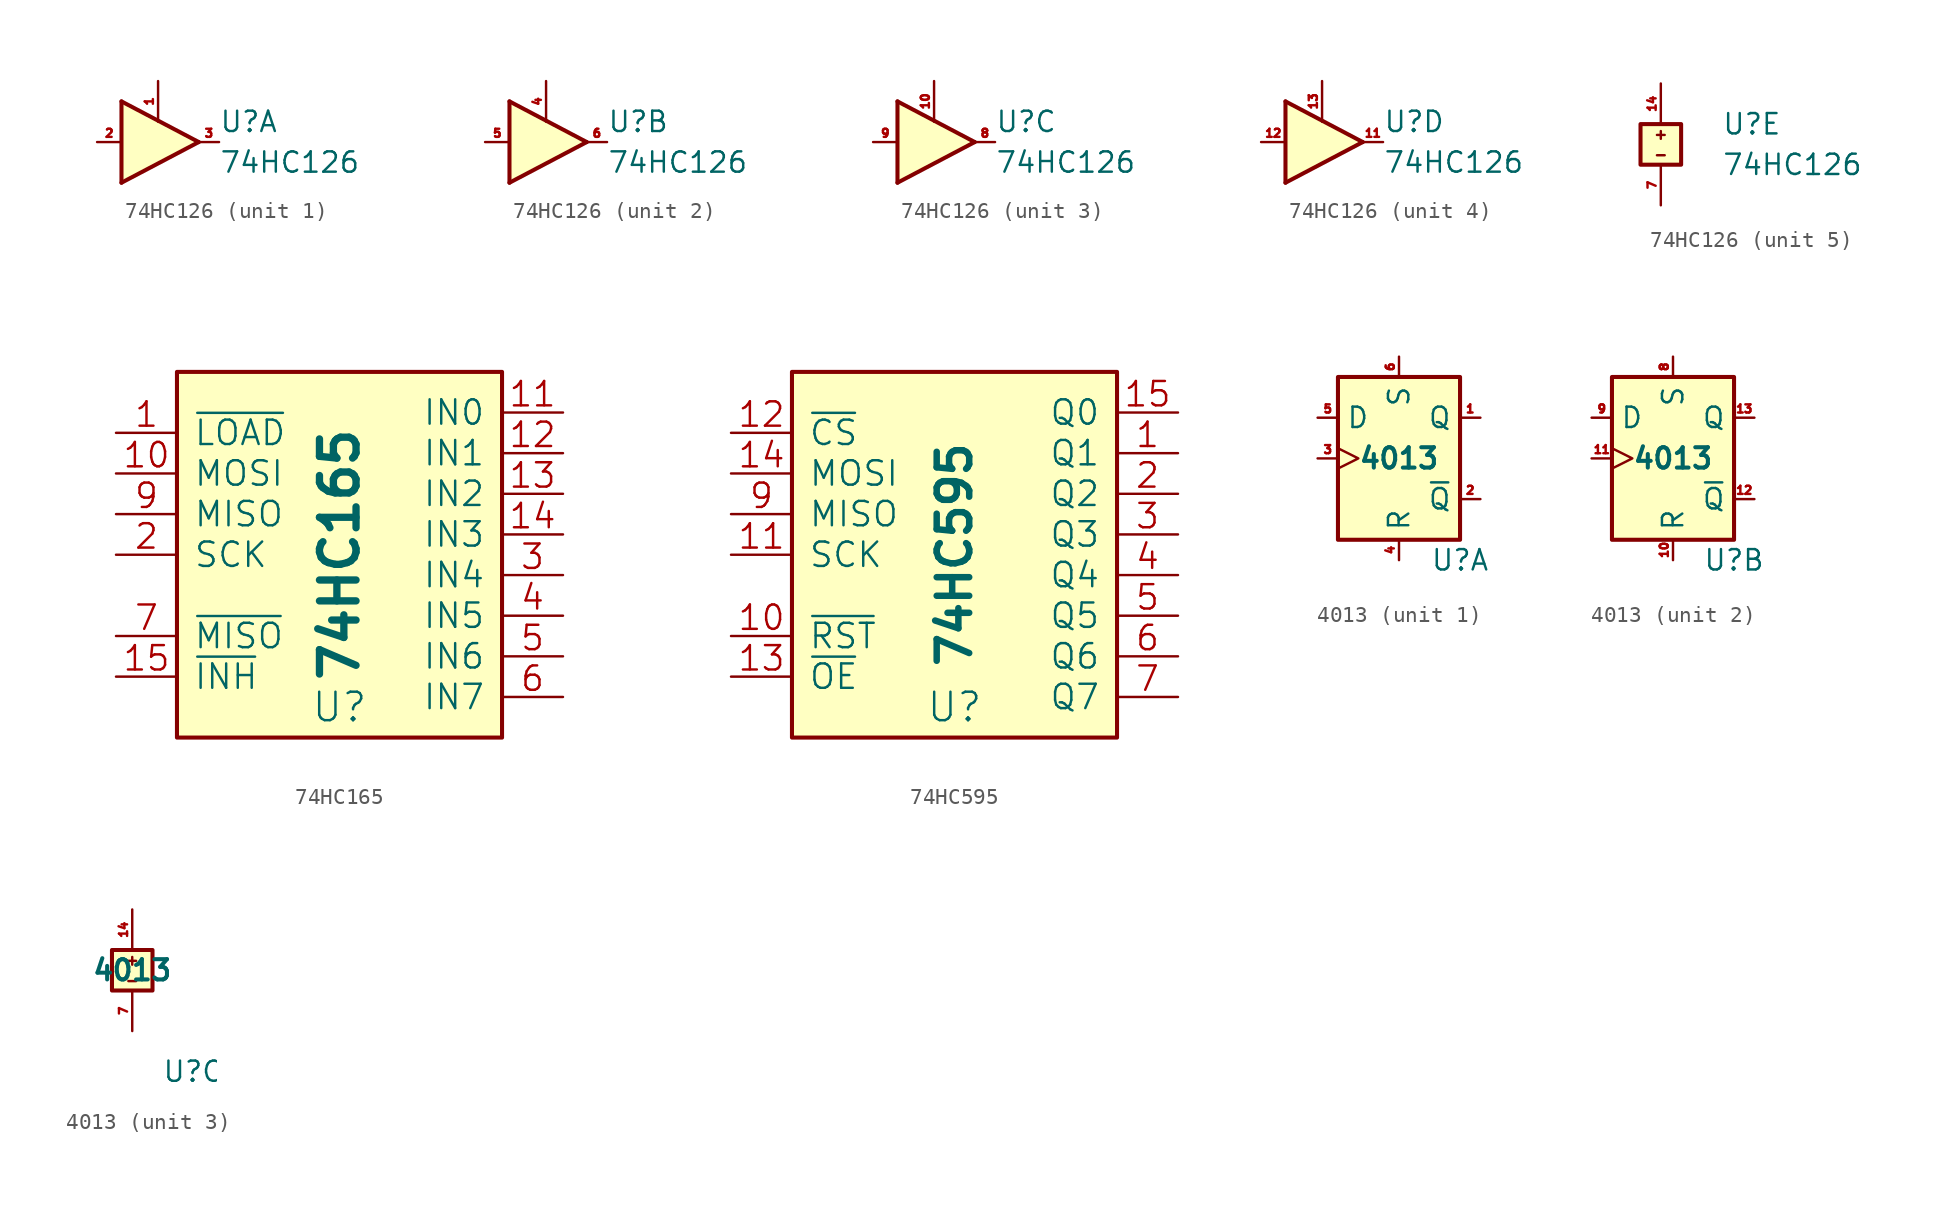
<source format=kicad_sym>
(kicad_symbol_lib
  (version 20231120)
  (generator "kicad_symbol_editor")
  (generator_version "8.0")
  (symbol "74HC126"
    (pin_names
      (offset 0.002) hide)
    (property "Reference" "U"
      (at 3.81 1.27 0)
      (effects (font (size 1.27 1.27)) (justify left)))
    (property "Value" "74HC126"
      (at 3.81 -1.27 0)
      (effects (font (size 1.27 1.27)) (justify left)))
    (property "ki_locked" ""
      (at 0 0 0)
      (effects (font (size 1.27 1.27))))
    (symbol "74HC126_1_0"
      (polyline (pts (xy -2.286 -2.54) (xy -2.286 2.54)) (stroke (width 0.254) (type default)) (fill (type background)))
      (polyline (pts (xy -2.286 -2.54) (xy 2.54 0)) (stroke (width 0.254) (type default)) (fill (type none)))
      (polyline (pts (xy 2.54 0) (xy -2.286 2.54)) (stroke (width 0.254) (type default)) (fill (type background)))
      (polyline (pts (xy 2.54 0) (xy -2.286 2.54) (xy -2.286 -2.54)) (stroke (width -0.025) (type default)) (fill (type background))))
    (symbol "74HC126_1_1"
      (pin passive line (at 0 3.81 270) (length 2.54) (name "~" (effects (font (size 1.27 1.27)))) (number "1" (effects (font (size 0.508 0.508)))))
      (pin passive line (at -3.81 0 0) (length 1.524) (name "~" (effects (font (size 1.27 1.27)))) (number "2" (effects (font (size 0.508 0.508)))))
      (pin passive line (at 3.81 0 180) (length 1.27) (name "~" (effects (font (size 1.27 1.27)))) (number "3" (effects (font (size 0.508 0.508))))))
    (symbol "74HC126_2_0"
      (polyline (pts (xy -2.286 -2.54) (xy -2.286 2.54)) (stroke (width 0.254) (type default)) (fill (type background)))
      (polyline (pts (xy -2.286 -2.54) (xy 2.54 0)) (stroke (width 0.254) (type default)) (fill (type none)))
      (polyline (pts (xy 2.54 0) (xy -2.286 2.54)) (stroke (width 0.254) (type default)) (fill (type background)))
      (polyline (pts (xy 2.54 0) (xy -2.286 2.54) (xy -2.286 -2.54)) (stroke (width -0.025) (type default)) (fill (type background))))
    (symbol "74HC126_2_1"
      (pin passive line (at 0 3.81 270) (length 2.54) (name "~" (effects (font (size 1.27 1.27)))) (number "4" (effects (font (size 0.508 0.508)))))
      (pin passive line (at -3.81 0 0) (length 1.524) (name "~" (effects (font (size 1.27 1.27)))) (number "5" (effects (font (size 0.508 0.508)))))
      (pin passive line (at 3.81 0 180) (length 1.27) (name "~" (effects (font (size 1.27 1.27)))) (number "6" (effects (font (size 0.508 0.508))))))
    (symbol "74HC126_3_0"
      (polyline (pts (xy -2.286 -2.54) (xy -2.286 2.54)) (stroke (width 0.254) (type default)) (fill (type background)))
      (polyline (pts (xy -2.286 -2.54) (xy 2.54 0)) (stroke (width 0.254) (type default)) (fill (type none)))
      (polyline (pts (xy 2.54 0) (xy -2.286 2.54)) (stroke (width 0.254) (type default)) (fill (type background)))
      (polyline (pts (xy 2.54 0) (xy -2.286 2.54) (xy -2.286 -2.54)) (stroke (width -0.025) (type default)) (fill (type background))))
    (symbol "74HC126_3_1"
      (pin passive line (at 0 3.81 270) (length 2.54) (name "~" (effects (font (size 1.27 1.27)))) (number "10" (effects (font (size 0.508 0.508)))))
      (pin passive line (at 3.81 0 180) (length 1.27) (name "~" (effects (font (size 1.27 1.27)))) (number "8" (effects (font (size 0.508 0.508)))))
      (pin passive line (at -3.81 0 0) (length 1.524) (name "~" (effects (font (size 1.27 1.27)))) (number "9" (effects (font (size 0.508 0.508))))))
    (symbol "74HC126_4_0"
      (polyline (pts (xy -2.286 -2.54) (xy -2.286 2.54)) (stroke (width 0.254) (type default)) (fill (type background)))
      (polyline (pts (xy -2.286 -2.54) (xy 2.54 0)) (stroke (width 0.254) (type default)) (fill (type none)))
      (polyline (pts (xy 2.54 0) (xy -2.286 2.54)) (stroke (width 0.254) (type default)) (fill (type background)))
      (polyline (pts (xy 2.54 0) (xy -2.286 2.54) (xy -2.286 -2.54)) (stroke (width -0.025) (type default)) (fill (type background))))
    (symbol "74HC126_4_1"
      (pin passive line (at 3.81 0 180) (length 1.27) (name "~" (effects (font (size 1.27 1.27)))) (number "11" (effects (font (size 0.508 0.508)))))
      (pin passive line (at -3.81 0 0) (length 1.524) (name "~" (effects (font (size 1.27 1.27)))) (number "12" (effects (font (size 0.508 0.508)))))
      (pin passive line (at 0 3.81 270) (length 2.54) (name "~" (effects (font (size 1.27 1.27)))) (number "13" (effects (font (size 0.508 0.508))))))
    (symbol "74HC126_5_0"
      (rectangle (start -1.27 1.27) (end 1.27 -1.27) (stroke (width 0.254) (type default)) (fill (type background)))
      (text "+" (at 0 0.635 0) (effects (font (size 0.635 0.635))))
      (text "-" (at 0 -0.635 0) (effects (font (size 0.635 0.635)))))
    (symbol "74HC126_5_1"
      (pin passive line (at 0 3.81 270) (length 2.54) (name "+" (effects (font (size 1.27 1.27)))) (number "14" (effects (font (size 0.508 0.508)))))
      (pin passive line (at 0 -3.81 90) (length 2.54) (name "-" (effects (font (size 1.27 1.27)))) (number "7" (effects (font (size 0.508 0.508)))))))
  (symbol "74HC165"
    (pin_names
      (offset 1.016))
    (property "Reference" "U"
      (at 0 -9.525 0)
      (effects (font (size 1.778 1.778))))
    (property "Value" "74HC165"
      (at 0 0 90)
      (effects (font (size 2.286 2.286) (bold yes))))
    (property "Footprint" ""
      (at 0 0 0)
      (effects (font (size 1.524 1.524))))
    (property "Datasheet" ""
      (at 0 0 0)
      (effects (font (size 1.524 1.524))))
    (symbol "74HC165_0_1"
      (rectangle (start 10.16 11.43) (end -10.16 -11.43) (stroke (width 0.254) (type default)) (fill (type background))))
    (symbol "74HC165_1_1"
      (pin passive line (at -13.97 7.62 0) (length 3.81) (name "~{LOAD}" (effects (font (size 1.524 1.524)))) (number "1" (effects (font (size 1.524 1.524)))))
      (pin passive line (at -13.97 5.08 0) (length 3.81) (name "MOSI" (effects (font (size 1.524 1.524)))) (number "10" (effects (font (size 1.524 1.524)))))
      (pin tri_state line (at 13.97 8.89 180) (length 3.81) (name "IN0" (effects (font (size 1.524 1.524)))) (number "11" (effects (font (size 1.524 1.524)))))
      (pin tri_state line (at 13.97 6.35 180) (length 3.81) (name "IN1" (effects (font (size 1.524 1.524)))) (number "12" (effects (font (size 1.524 1.524)))))
      (pin tri_state line (at 13.97 3.81 180) (length 3.81) (name "IN2" (effects (font (size 1.524 1.524)))) (number "13" (effects (font (size 1.524 1.524)))))
      (pin tri_state line (at 13.97 1.27 180) (length 3.81) (name "IN3" (effects (font (size 1.524 1.524)))) (number "14" (effects (font (size 1.524 1.524)))))
      (pin passive line (at -13.97 -7.62 0) (length 3.81) (name "~{INH}" (effects (font (size 1.524 1.524)))) (number "15" (effects (font (size 1.524 1.524)))))
      (pin power_in line (at 0 11.43 90) (length 0) hide (name "VCC" (effects (font (size 1.524 1.524)))) (number "16" (effects (font (size 1.524 1.524)))))
      (pin passive line (at -13.97 0 0) (length 3.81) (name "SCK" (effects (font (size 1.524 1.524)))) (number "2" (effects (font (size 1.524 1.524)))))
      (pin tri_state line (at 13.97 -1.27 180) (length 3.81) (name "IN4" (effects (font (size 1.524 1.524)))) (number "3" (effects (font (size 1.524 1.524)))))
      (pin tri_state line (at 13.97 -3.81 180) (length 3.81) (name "IN5" (effects (font (size 1.524 1.524)))) (number "4" (effects (font (size 1.524 1.524)))))
      (pin tri_state line (at 13.97 -6.35 180) (length 3.81) (name "IN6" (effects (font (size 1.524 1.524)))) (number "5" (effects (font (size 1.524 1.524)))))
      (pin tri_state line (at 13.97 -8.89 180) (length 3.81) (name "IN7" (effects (font (size 1.524 1.524)))) (number "6" (effects (font (size 1.524 1.524)))))
      (pin passive line (at -13.97 -5.08 0) (length 3.81) (name "~{MISO}" (effects (font (size 1.524 1.524)))) (number "7" (effects (font (size 1.524 1.524)))))
      (pin power_in line (at 0 -11.43 90) (length 0) hide (name "GND" (effects (font (size 1.524 1.524)))) (number "8" (effects (font (size 1.524 1.524)))))
      (pin output line (at -13.97 2.54 0) (length 3.81) (name "MISO" (effects (font (size 1.524 1.524)))) (number "9" (effects (font (size 1.524 1.524)))))))
  (symbol "74HC595"
    (pin_names
      (offset 1.016))
    (property "Reference" "U"
      (at 0 -9.525 0)
      (effects (font (size 1.778 1.778))))
    (property "Value" "74HC595"
      (at 0 0 90)
      (effects (font (size 2.032 2.032) (bold yes))))
    (property "Footprint" ""
      (at 0 0 0)
      (effects (font (size 1.524 1.524))))
    (property "Datasheet" ""
      (at 0 0 0)
      (effects (font (size 1.524 1.524))))
    (symbol "74HC595_0_1"
      (rectangle (start 10.16 11.43) (end -10.16 -11.43) (stroke (width 0.254) (type default)) (fill (type background))))
    (symbol "74HC595_1_1"
      (pin tri_state line (at 13.97 6.35 180) (length 3.81) (name "Q1" (effects (font (size 1.524 1.524)))) (number "1" (effects (font (size 1.524 1.524)))))
      (pin passive line (at -13.97 -5.08 0) (length 3.81) (name "~{RST}" (effects (font (size 1.524 1.524)))) (number "10" (effects (font (size 1.524 1.524)))))
      (pin passive line (at -13.97 0 0) (length 3.81) (name "SCK" (effects (font (size 1.524 1.524)))) (number "11" (effects (font (size 1.524 1.524)))))
      (pin passive line (at -13.97 7.62 0) (length 3.81) (name "~{CS}" (effects (font (size 1.524 1.524)))) (number "12" (effects (font (size 1.524 1.524)))))
      (pin passive line (at -13.97 -7.62 0) (length 3.81) (name "~{OE}" (effects (font (size 1.524 1.524)))) (number "13" (effects (font (size 1.524 1.524)))))
      (pin passive line (at -13.97 5.08 0) (length 3.81) (name "MOSI" (effects (font (size 1.524 1.524)))) (number "14" (effects (font (size 1.524 1.524)))))
      (pin tri_state line (at 13.97 8.89 180) (length 3.81) (name "Q0" (effects (font (size 1.524 1.524)))) (number "15" (effects (font (size 1.524 1.524)))))
      (pin power_in line (at 0 11.43 90) (length 0) hide (name "VCC" (effects (font (size 1.524 1.524)))) (number "16" (effects (font (size 1.524 1.524)))))
      (pin tri_state line (at 13.97 3.81 180) (length 3.81) (name "Q2" (effects (font (size 1.524 1.524)))) (number "2" (effects (font (size 1.524 1.524)))))
      (pin tri_state line (at 13.97 1.27 180) (length 3.81) (name "Q3" (effects (font (size 1.524 1.524)))) (number "3" (effects (font (size 1.524 1.524)))))
      (pin tri_state line (at 13.97 -1.27 180) (length 3.81) (name "Q4" (effects (font (size 1.524 1.524)))) (number "4" (effects (font (size 1.524 1.524)))))
      (pin tri_state line (at 13.97 -3.81 180) (length 3.81) (name "Q5" (effects (font (size 1.524 1.524)))) (number "5" (effects (font (size 1.524 1.524)))))
      (pin tri_state line (at 13.97 -6.35 180) (length 3.81) (name "Q6" (effects (font (size 1.524 1.524)))) (number "6" (effects (font (size 1.524 1.524)))))
      (pin tri_state line (at 13.97 -8.89 180) (length 3.81) (name "Q7" (effects (font (size 1.524 1.524)))) (number "7" (effects (font (size 1.524 1.524)))))
      (pin power_in line (at 0 -11.43 90) (length 0) hide (name "GND" (effects (font (size 1.524 1.524)))) (number "8" (effects (font (size 1.524 1.524)))))
      (pin output line (at -13.97 2.54 0) (length 3.81) (name "MISO" (effects (font (size 1.524 1.524)))) (number "9" (effects (font (size 1.524 1.524)))))))
  (symbol "4013"
    (property "Reference" "U"
      (at 3.81 -6.35 0)
      (effects (font (size 1.27 1.27))))
    (property "Value" "4013"
      (at 0 0 0)
      (effects (font (size 1.27 1.27) (bold yes))))
    (property "ki_locked" ""
      (at 0 0 0)
      (effects (font (size 1.27 1.27))))
    (symbol "4013_1_0"
      (rectangle (start -3.81 5.08) (end 3.81 -5.08) (stroke (width 0.254) (type default)) (fill (type background))))
    (symbol "4013_1_1"
      (pin passive line (at 5.08 2.54 180) (length 1.27) (name "Q" (effects (font (size 1.27 1.27)))) (number "1" (effects (font (size 0.508 0.508)))))
      (pin passive line (at 5.08 -2.54 180) (length 1.27) (name "~{Q}" (effects (font (size 1.27 1.27)))) (number "2" (effects (font (size 0.508 0.508)))))
      (pin passive clock (at -5.08 0 0) (length 1.27) (name "~" (effects (font (size 1.27 1.27)))) (number "3" (effects (font (size 0.508 0.508)))))
      (pin passive line (at 0 -6.35 90) (length 1.27) (name "R" (effects (font (size 1.27 1.27)))) (number "4" (effects (font (size 0.508 0.508)))))
      (pin passive line (at -5.08 2.54 0) (length 1.27) (name "D" (effects (font (size 1.27 1.27)))) (number "5" (effects (font (size 0.508 0.508)))))
      (pin passive line (at 0 6.35 270) (length 1.27) (name "S" (effects (font (size 1.27 1.27)))) (number "6" (effects (font (size 0.508 0.508))))))
    (symbol "4013_2_0"
      (rectangle (start -3.81 5.08) (end 3.81 -5.08) (stroke (width 0.254) (type default)) (fill (type background))))
    (symbol "4013_2_1"
      (pin passive line (at 0 -6.35 90) (length 1.27) (name "R" (effects (font (size 1.27 1.27)))) (number "10" (effects (font (size 0.508 0.508)))))
      (pin passive clock (at -5.08 0 0) (length 1.27) (name "~" (effects (font (size 1.27 1.27)))) (number "11" (effects (font (size 0.508 0.508)))))
      (pin passive line (at 5.08 -2.54 180) (length 1.27) (name "~{Q}" (effects (font (size 1.27 1.27)))) (number "12" (effects (font (size 0.508 0.508)))))
      (pin passive line (at 5.08 2.54 180) (length 1.27) (name "Q" (effects (font (size 1.27 1.27)))) (number "13" (effects (font (size 0.508 0.508)))))
      (pin passive line (at 0 6.35 270) (length 1.27) (name "S" (effects (font (size 1.27 1.27)))) (number "8" (effects (font (size 0.508 0.508)))))
      (pin passive line (at -5.08 2.54 0) (length 1.27) (name "D" (effects (font (size 1.27 1.27)))) (number "9" (effects (font (size 0.508 0.508))))))
    (symbol "4013_3_0"
      (rectangle (start -1.27 1.27) (end 1.27 -1.27) (stroke (width 0.254) (type default)) (fill (type background)))
      (text "+" (at 0 0.635 0) (effects (font (size 0.635 0.635))))
      (text "-" (at 0 -0.635 0) (effects (font (size 0.635 0.635)))))
    (symbol "4013_3_1"
      (pin passive line (at 0 3.81 270) (length 2.54) (name "" (effects (font (size 1.27 1.27)))) (number "14" (effects (font (size 0.508 0.508)))))
      (pin passive line (at 0 -3.81 90) (length 2.54) (name "" (effects (font (size 1.27 1.27)))) (number "7" (effects (font (size 0.508 0.508))))))))
</source>
